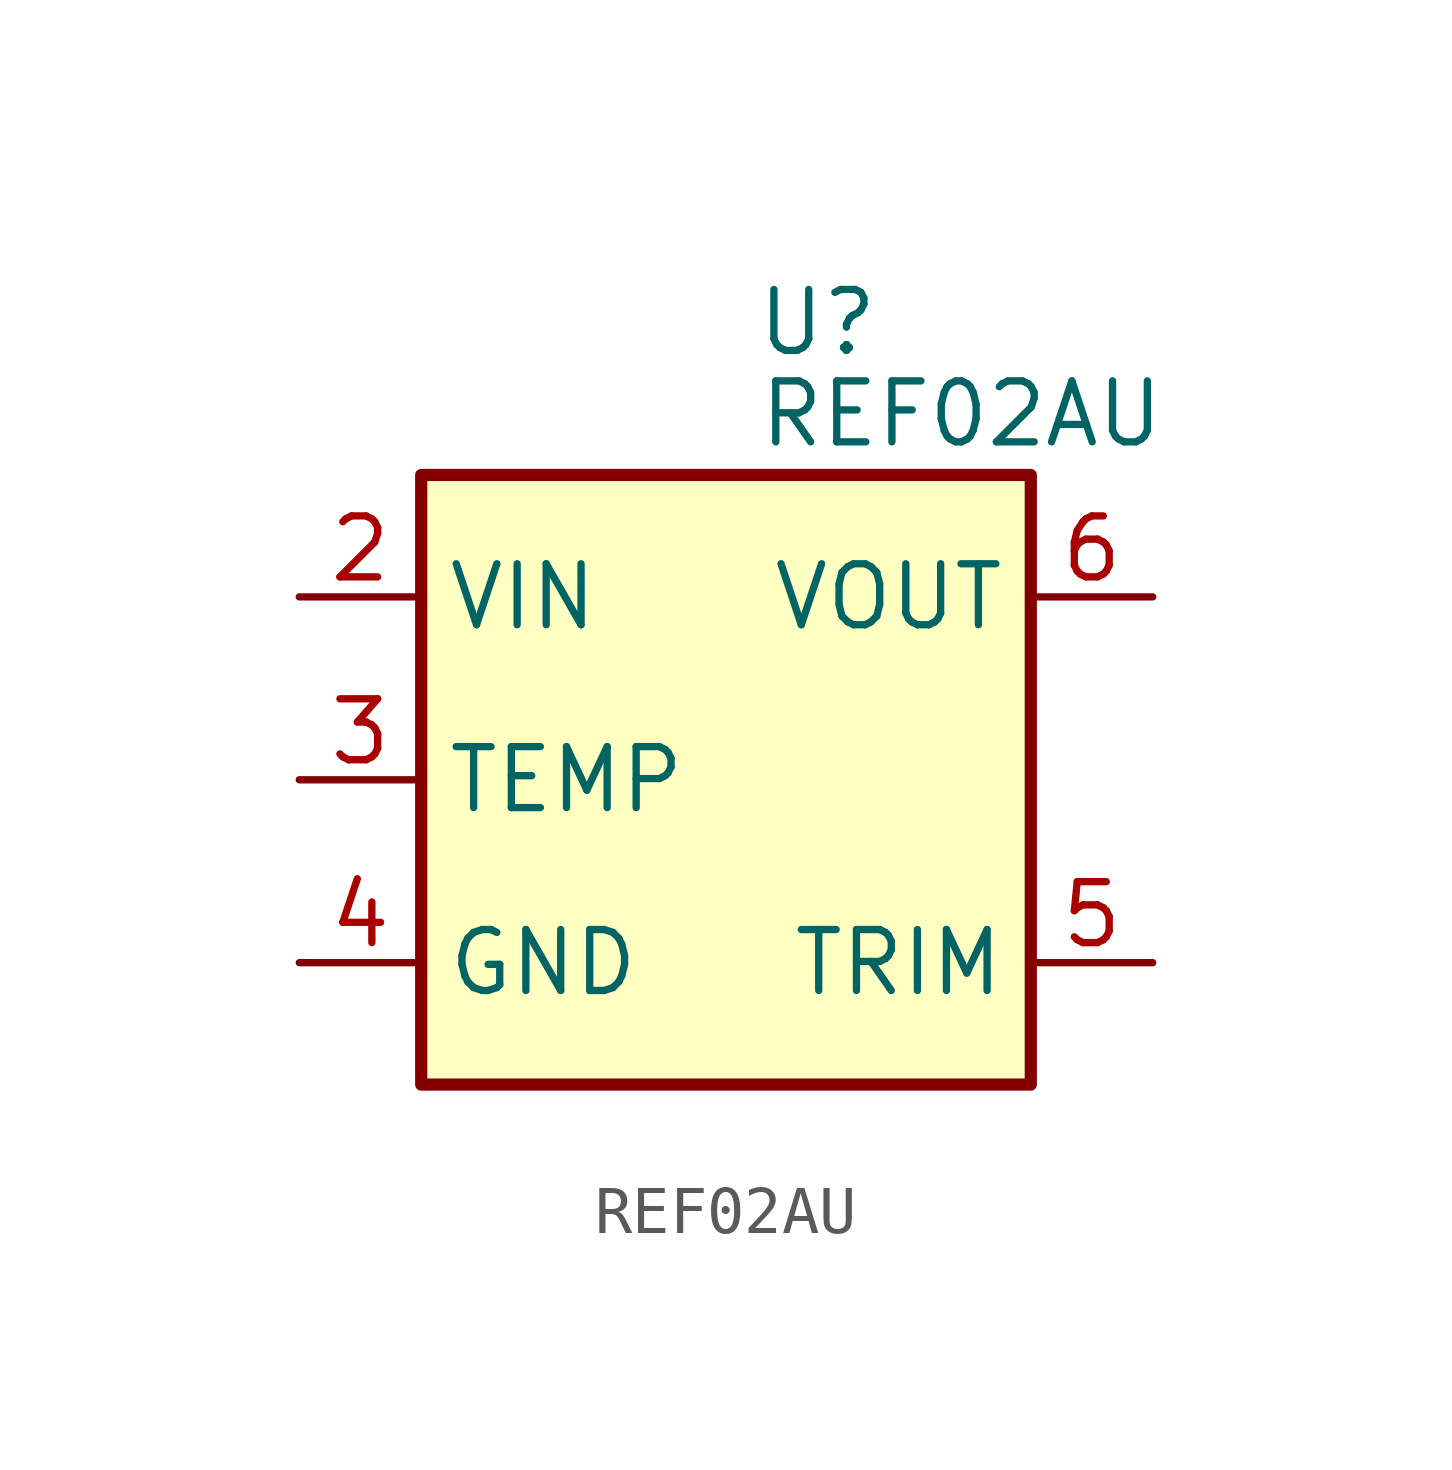
<source format=kicad_sym>
(kicad_symbol_lib
  (version 20241209)
  (generator "kicad_symbol_editor")
  (generator_version "9.0")
  (symbol "REF02AU"
    (property "Reference" "U"
      (at 1.905 8.255 0)
      (effects (font (size 1.27 1.27))))
    (property "Value" "REF02AU"
      (at 0.635 6.35 0)
      (effects (font (size 1.27 1.27)) (justify left)))
    (symbol "REF02AU_0_1"
      (rectangle (start -6.35 5.08) (end 6.35 -7.62) (stroke (width 0.254) (type default)) (fill (type background))))
    (symbol "REF02AU_1_1"
      (pin power_in line (at -8.89 2.54 0) (length 2.54) (name "VIN" (effects (font (size 1.27 1.27)))) (number "2" (effects (font (size 1.27 1.27)))))
      (pin passive line (at -8.89 -1.27 0) (length 2.54) (name "TEMP" (effects (font (size 1.27 1.27)))) (number "3" (effects (font (size 1.27 1.27)))))
      (pin power_in line (at -8.89 -5.08 0) (length 2.54) (name "GND" (effects (font (size 1.27 1.27)))) (number "4" (effects (font (size 1.27 1.27)))))
      (pin no_connect line (at -2.54 -5.08 90) (length 2.54) (hide yes) (name "NC" (effects (font (size 1.27 1.27)))) (number "7" (effects (font (size 1.27 1.27)))))
      (pin no_connect line (at 2.54 -5.08 90) (length 2.54) (hide yes) (name "NC" (effects (font (size 1.27 1.27)))) (number "1" (effects (font (size 1.27 1.27)))))
      (pin no_connect line (at 7.62 0 180) (length 2.54) (hide yes) (name "NC" (effects (font (size 1.27 1.27)))) (number "8" (effects (font (size 1.27 1.27)))))
      (pin power_out line (at 8.89 2.54 180) (length 2.54) (name "VOUT" (effects (font (size 1.27 1.27)))) (number "6" (effects (font (size 1.27 1.27)))))
      (pin passive line (at 8.89 -5.08 180) (length 2.54) (name "TRIM" (effects (font (size 1.27 1.27)))) (number "5" (effects (font (size 1.27 1.27))))))))
</source>
